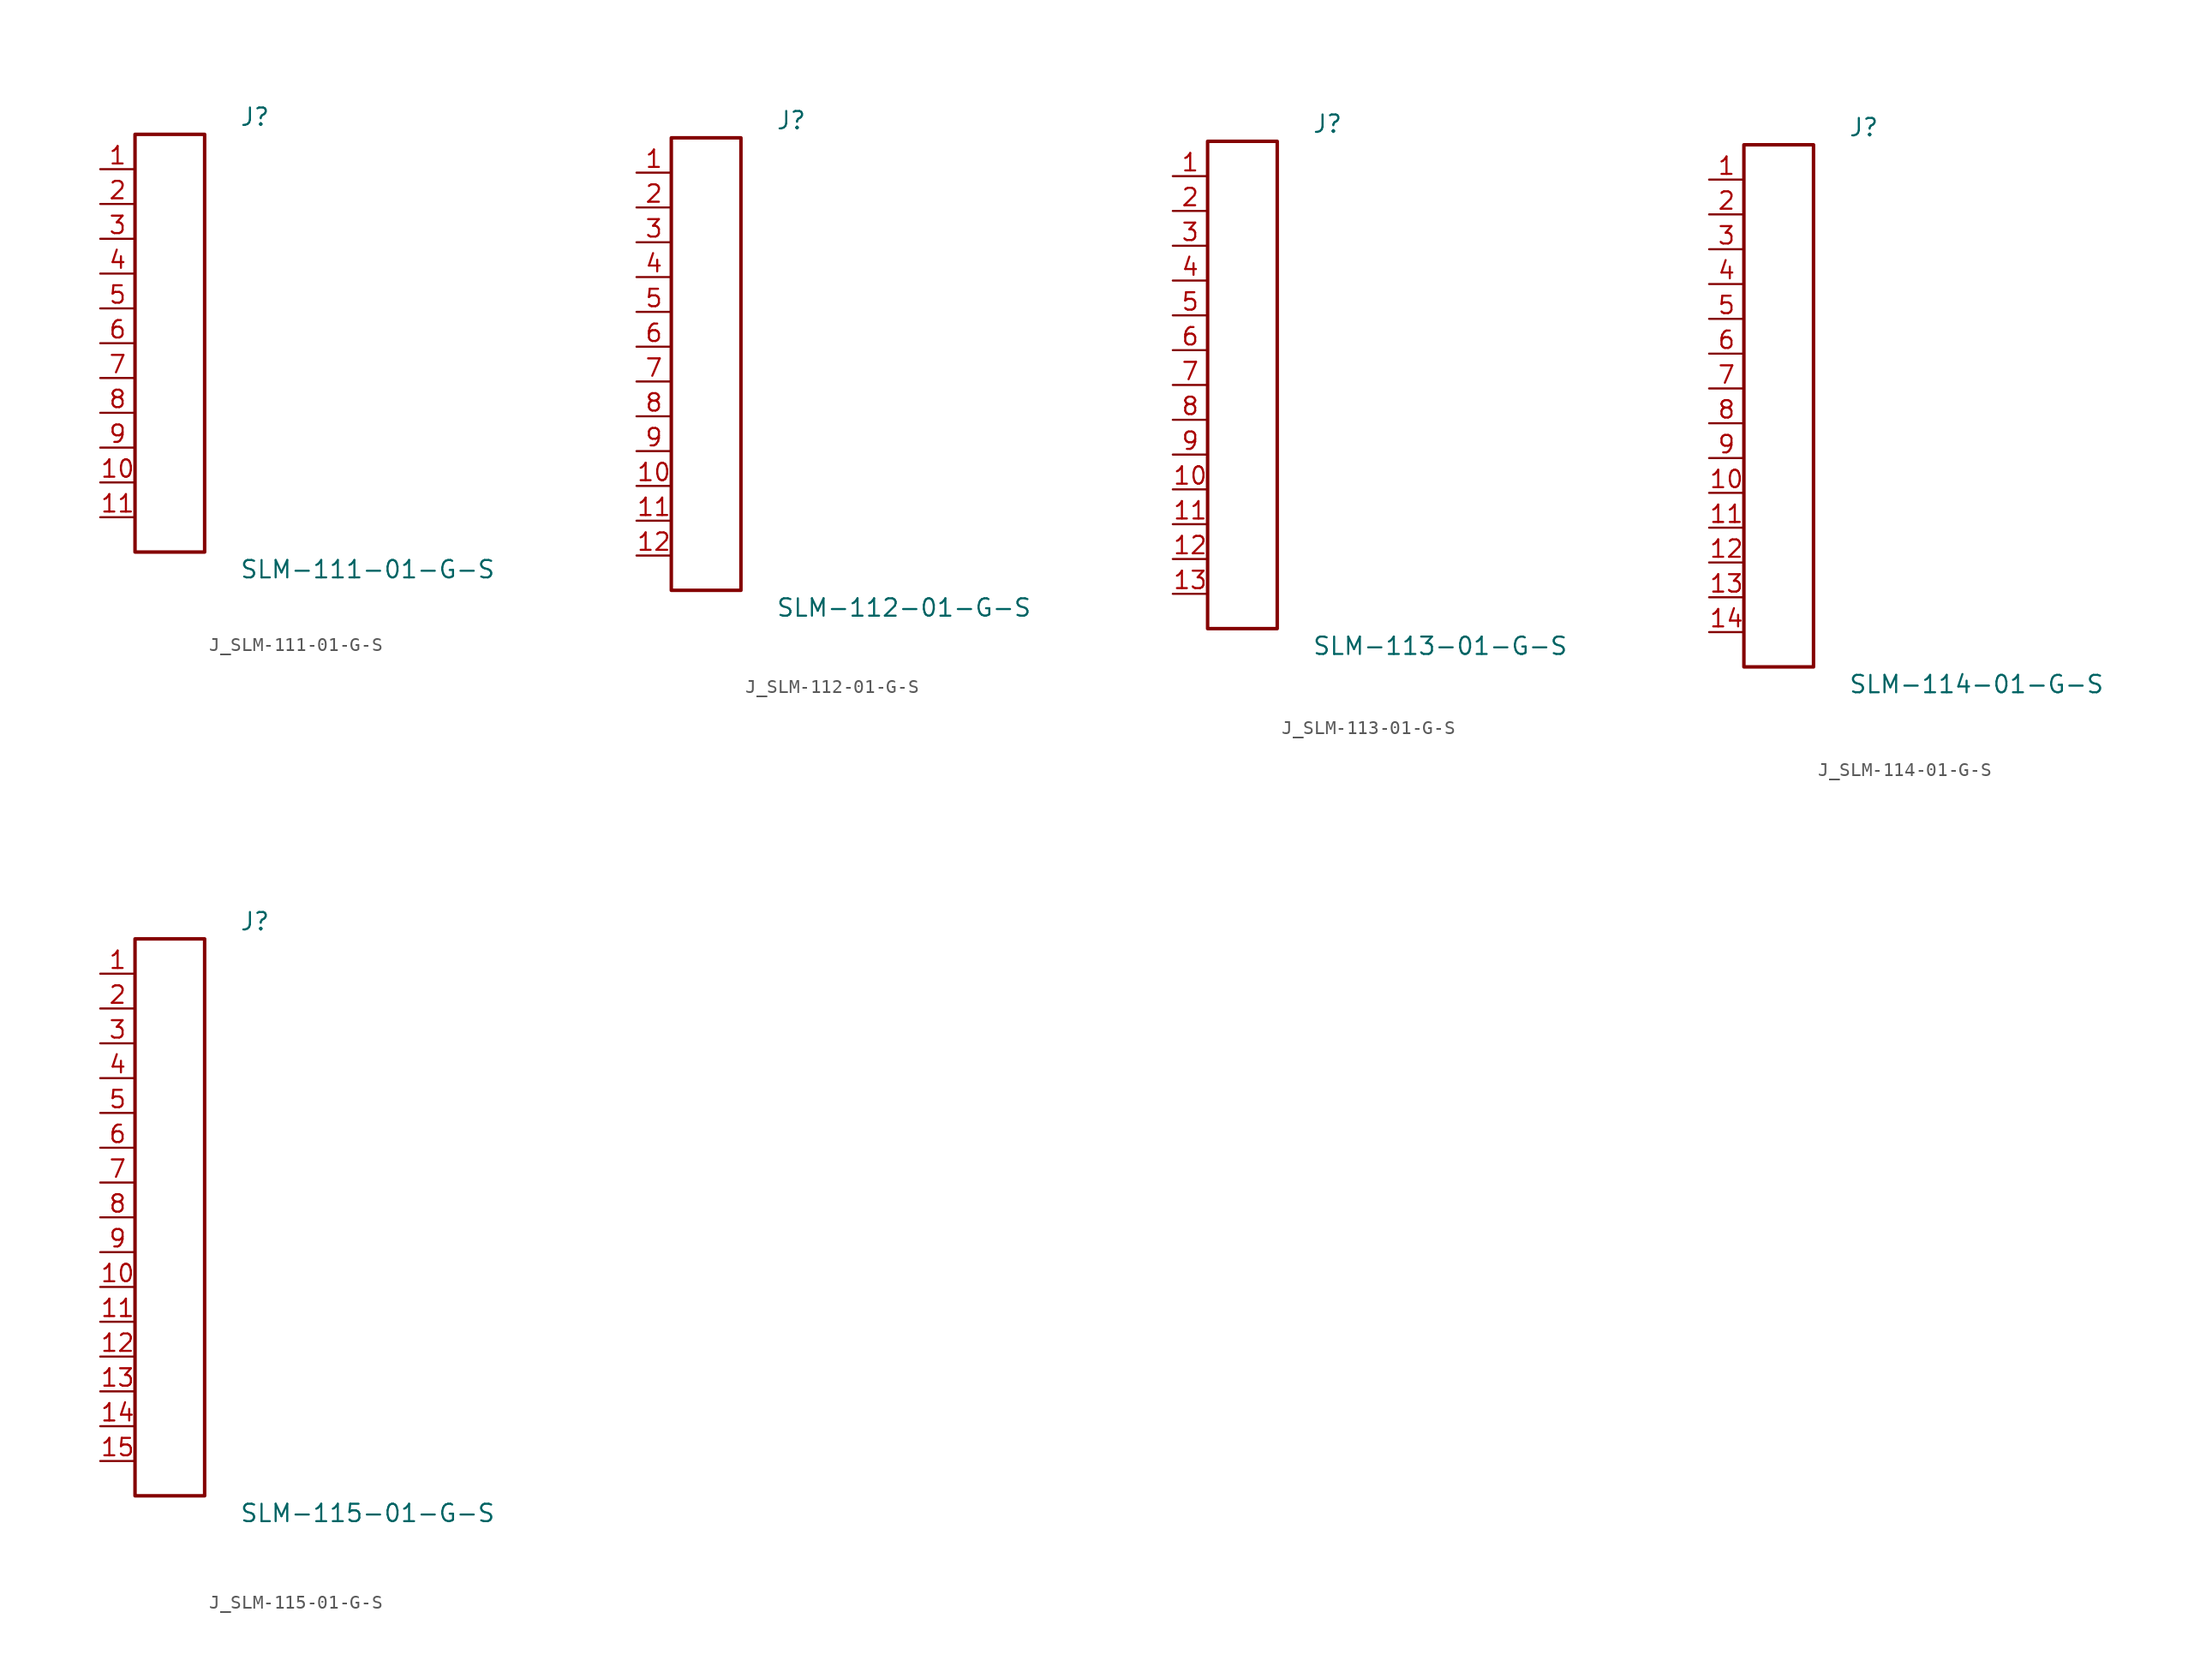
<source format=kicad_sym>
(kicad_symbol_lib
  (version 20231120)
  (generator kicad_symbol_editor)
  (generator_version 8.0)
  (symbol "J_SLM-111-01-G-S"
    (pin_names
      (offset 0.254))
    (property "Reference" "J"
      (at 5.08 16.51 0)
      (effects (font (size 1.27 1.27)) (justify left)))
    (property "Value" "SLM-111-01-G-S"
      (at 5.08 -16.51 0)
      (effects (font (size 1.27 1.27)) (justify left)))
    (symbol "J_SLM-111-01-G-S_0_0"
      (pin passive line (at -5.08 12.7 0) (length 2.54) (name "" (effects (font (size 1.27 1.27)))) (number "1" (effects (font (size 1.27 1.27)))))
      (pin passive line (at -5.08 10.16 0) (length 2.54) (name "" (effects (font (size 1.27 1.27)))) (number "2" (effects (font (size 1.27 1.27)))))
      (pin passive line (at -5.08 7.62 0) (length 2.54) (name "" (effects (font (size 1.27 1.27)))) (number "3" (effects (font (size 1.27 1.27)))))
      (pin passive line (at -5.08 5.08 0) (length 2.54) (name "" (effects (font (size 1.27 1.27)))) (number "4" (effects (font (size 1.27 1.27)))))
      (pin passive line (at -5.08 2.54 0) (length 2.54) (name "" (effects (font (size 1.27 1.27)))) (number "5" (effects (font (size 1.27 1.27)))))
      (pin passive line (at -5.08 0.0 0) (length 2.54) (name "" (effects (font (size 1.27 1.27)))) (number "6" (effects (font (size 1.27 1.27)))))
      (pin passive line (at -5.08 -2.54 0) (length 2.54) (name "" (effects (font (size 1.27 1.27)))) (number "7" (effects (font (size 1.27 1.27)))))
      (pin passive line (at -5.08 -5.08 0) (length 2.54) (name "" (effects (font (size 1.27 1.27)))) (number "8" (effects (font (size 1.27 1.27)))))
      (pin passive line (at -5.08 -7.62 0) (length 2.54) (name "" (effects (font (size 1.27 1.27)))) (number "9" (effects (font (size 1.27 1.27)))))
      (pin passive line (at -5.08 -10.16 0) (length 2.54) (name "" (effects (font (size 1.27 1.27)))) (number "10" (effects (font (size 1.27 1.27)))))
      (pin passive line (at -5.08 -12.7 0) (length 2.54) (name "" (effects (font (size 1.27 1.27)))) (number "11" (effects (font (size 1.27 1.27))))))
    (symbol "J_SLM-111-01-G-S_1_0"
      (rectangle (start -2.54 15.24) (end 2.54 -15.24) (stroke (width 0.254) (type solid)) (fill (type none)))))
  (symbol "J_SLM-112-01-G-S"
    (pin_names
      (offset 0.254))
    (property "Reference" "J"
      (at 5.08 17.78 0)
      (effects (font (size 1.27 1.27)) (justify left)))
    (property "Value" "SLM-112-01-G-S"
      (at 5.08 -17.78 0)
      (effects (font (size 1.27 1.27)) (justify left)))
    (symbol "J_SLM-112-01-G-S_0_0"
      (pin passive line (at -5.08 13.97 0) (length 2.54) (name "" (effects (font (size 1.27 1.27)))) (number "1" (effects (font (size 1.27 1.27)))))
      (pin passive line (at -5.08 11.43 0) (length 2.54) (name "" (effects (font (size 1.27 1.27)))) (number "2" (effects (font (size 1.27 1.27)))))
      (pin passive line (at -5.08 8.89 0) (length 2.54) (name "" (effects (font (size 1.27 1.27)))) (number "3" (effects (font (size 1.27 1.27)))))
      (pin passive line (at -5.08 6.35 0) (length 2.54) (name "" (effects (font (size 1.27 1.27)))) (number "4" (effects (font (size 1.27 1.27)))))
      (pin passive line (at -5.08 3.81 0) (length 2.54) (name "" (effects (font (size 1.27 1.27)))) (number "5" (effects (font (size 1.27 1.27)))))
      (pin passive line (at -5.08 1.27 0) (length 2.54) (name "" (effects (font (size 1.27 1.27)))) (number "6" (effects (font (size 1.27 1.27)))))
      (pin passive line (at -5.08 -1.27 0) (length 2.54) (name "" (effects (font (size 1.27 1.27)))) (number "7" (effects (font (size 1.27 1.27)))))
      (pin passive line (at -5.08 -3.81 0) (length 2.54) (name "" (effects (font (size 1.27 1.27)))) (number "8" (effects (font (size 1.27 1.27)))))
      (pin passive line (at -5.08 -6.35 0) (length 2.54) (name "" (effects (font (size 1.27 1.27)))) (number "9" (effects (font (size 1.27 1.27)))))
      (pin passive line (at -5.08 -8.89 0) (length 2.54) (name "" (effects (font (size 1.27 1.27)))) (number "10" (effects (font (size 1.27 1.27)))))
      (pin passive line (at -5.08 -11.43 0) (length 2.54) (name "" (effects (font (size 1.27 1.27)))) (number "11" (effects (font (size 1.27 1.27)))))
      (pin passive line (at -5.08 -13.97 0) (length 2.54) (name "" (effects (font (size 1.27 1.27)))) (number "12" (effects (font (size 1.27 1.27))))))
    (symbol "J_SLM-112-01-G-S_1_0"
      (rectangle (start -2.54 16.51) (end 2.54 -16.51) (stroke (width 0.254) (type solid)) (fill (type none)))))
  (symbol "J_SLM-113-01-G-S"
    (pin_names
      (offset 0.254))
    (property "Reference" "J"
      (at 5.08 19.05 0)
      (effects (font (size 1.27 1.27)) (justify left)))
    (property "Value" "SLM-113-01-G-S"
      (at 5.08 -19.05 0)
      (effects (font (size 1.27 1.27)) (justify left)))
    (symbol "J_SLM-113-01-G-S_0_0"
      (pin passive line (at -5.08 15.24 0) (length 2.54) (name "" (effects (font (size 1.27 1.27)))) (number "1" (effects (font (size 1.27 1.27)))))
      (pin passive line (at -5.08 12.7 0) (length 2.54) (name "" (effects (font (size 1.27 1.27)))) (number "2" (effects (font (size 1.27 1.27)))))
      (pin passive line (at -5.08 10.16 0) (length 2.54) (name "" (effects (font (size 1.27 1.27)))) (number "3" (effects (font (size 1.27 1.27)))))
      (pin passive line (at -5.08 7.62 0) (length 2.54) (name "" (effects (font (size 1.27 1.27)))) (number "4" (effects (font (size 1.27 1.27)))))
      (pin passive line (at -5.08 5.08 0) (length 2.54) (name "" (effects (font (size 1.27 1.27)))) (number "5" (effects (font (size 1.27 1.27)))))
      (pin passive line (at -5.08 2.54 0) (length 2.54) (name "" (effects (font (size 1.27 1.27)))) (number "6" (effects (font (size 1.27 1.27)))))
      (pin passive line (at -5.08 0.0 0) (length 2.54) (name "" (effects (font (size 1.27 1.27)))) (number "7" (effects (font (size 1.27 1.27)))))
      (pin passive line (at -5.08 -2.54 0) (length 2.54) (name "" (effects (font (size 1.27 1.27)))) (number "8" (effects (font (size 1.27 1.27)))))
      (pin passive line (at -5.08 -5.08 0) (length 2.54) (name "" (effects (font (size 1.27 1.27)))) (number "9" (effects (font (size 1.27 1.27)))))
      (pin passive line (at -5.08 -7.62 0) (length 2.54) (name "" (effects (font (size 1.27 1.27)))) (number "10" (effects (font (size 1.27 1.27)))))
      (pin passive line (at -5.08 -10.16 0) (length 2.54) (name "" (effects (font (size 1.27 1.27)))) (number "11" (effects (font (size 1.27 1.27)))))
      (pin passive line (at -5.08 -12.7 0) (length 2.54) (name "" (effects (font (size 1.27 1.27)))) (number "12" (effects (font (size 1.27 1.27)))))
      (pin passive line (at -5.08 -15.24 0) (length 2.54) (name "" (effects (font (size 1.27 1.27)))) (number "13" (effects (font (size 1.27 1.27))))))
    (symbol "J_SLM-113-01-G-S_1_0"
      (rectangle (start -2.54 17.78) (end 2.54 -17.78) (stroke (width 0.254) (type solid)) (fill (type none)))))
  (symbol "J_SLM-114-01-G-S"
    (pin_names
      (offset 0.254))
    (property "Reference" "J"
      (at 5.08 20.32 0)
      (effects (font (size 1.27 1.27)) (justify left)))
    (property "Value" "SLM-114-01-G-S"
      (at 5.08 -20.32 0)
      (effects (font (size 1.27 1.27)) (justify left)))
    (symbol "J_SLM-114-01-G-S_0_0"
      (pin passive line (at -5.08 16.51 0) (length 2.54) (name "" (effects (font (size 1.27 1.27)))) (number "1" (effects (font (size 1.27 1.27)))))
      (pin passive line (at -5.08 13.97 0) (length 2.54) (name "" (effects (font (size 1.27 1.27)))) (number "2" (effects (font (size 1.27 1.27)))))
      (pin passive line (at -5.08 11.43 0) (length 2.54) (name "" (effects (font (size 1.27 1.27)))) (number "3" (effects (font (size 1.27 1.27)))))
      (pin passive line (at -5.08 8.89 0) (length 2.54) (name "" (effects (font (size 1.27 1.27)))) (number "4" (effects (font (size 1.27 1.27)))))
      (pin passive line (at -5.08 6.35 0) (length 2.54) (name "" (effects (font (size 1.27 1.27)))) (number "5" (effects (font (size 1.27 1.27)))))
      (pin passive line (at -5.08 3.81 0) (length 2.54) (name "" (effects (font (size 1.27 1.27)))) (number "6" (effects (font (size 1.27 1.27)))))
      (pin passive line (at -5.08 1.27 0) (length 2.54) (name "" (effects (font (size 1.27 1.27)))) (number "7" (effects (font (size 1.27 1.27)))))
      (pin passive line (at -5.08 -1.27 0) (length 2.54) (name "" (effects (font (size 1.27 1.27)))) (number "8" (effects (font (size 1.27 1.27)))))
      (pin passive line (at -5.08 -3.81 0) (length 2.54) (name "" (effects (font (size 1.27 1.27)))) (number "9" (effects (font (size 1.27 1.27)))))
      (pin passive line (at -5.08 -6.35 0) (length 2.54) (name "" (effects (font (size 1.27 1.27)))) (number "10" (effects (font (size 1.27 1.27)))))
      (pin passive line (at -5.08 -8.89 0) (length 2.54) (name "" (effects (font (size 1.27 1.27)))) (number "11" (effects (font (size 1.27 1.27)))))
      (pin passive line (at -5.08 -11.43 0) (length 2.54) (name "" (effects (font (size 1.27 1.27)))) (number "12" (effects (font (size 1.27 1.27)))))
      (pin passive line (at -5.08 -13.97 0) (length 2.54) (name "" (effects (font (size 1.27 1.27)))) (number "13" (effects (font (size 1.27 1.27)))))
      (pin passive line (at -5.08 -16.51 0) (length 2.54) (name "" (effects (font (size 1.27 1.27)))) (number "14" (effects (font (size 1.27 1.27))))))
    (symbol "J_SLM-114-01-G-S_1_0"
      (rectangle (start -2.54 19.05) (end 2.54 -19.05) (stroke (width 0.254) (type solid)) (fill (type none)))))
  (symbol "J_SLM-115-01-G-S"
    (pin_names
      (offset 0.254))
    (property "Reference" "J"
      (at 5.08 21.59 0)
      (effects (font (size 1.27 1.27)) (justify left)))
    (property "Value" "SLM-115-01-G-S"
      (at 5.08 -21.59 0)
      (effects (font (size 1.27 1.27)) (justify left)))
    (symbol "J_SLM-115-01-G-S_0_0"
      (pin passive line (at -5.08 17.78 0) (length 2.54) (name "" (effects (font (size 1.27 1.27)))) (number "1" (effects (font (size 1.27 1.27)))))
      (pin passive line (at -5.08 15.24 0) (length 2.54) (name "" (effects (font (size 1.27 1.27)))) (number "2" (effects (font (size 1.27 1.27)))))
      (pin passive line (at -5.08 12.7 0) (length 2.54) (name "" (effects (font (size 1.27 1.27)))) (number "3" (effects (font (size 1.27 1.27)))))
      (pin passive line (at -5.08 10.16 0) (length 2.54) (name "" (effects (font (size 1.27 1.27)))) (number "4" (effects (font (size 1.27 1.27)))))
      (pin passive line (at -5.08 7.62 0) (length 2.54) (name "" (effects (font (size 1.27 1.27)))) (number "5" (effects (font (size 1.27 1.27)))))
      (pin passive line (at -5.08 5.08 0) (length 2.54) (name "" (effects (font (size 1.27 1.27)))) (number "6" (effects (font (size 1.27 1.27)))))
      (pin passive line (at -5.08 2.54 0) (length 2.54) (name "" (effects (font (size 1.27 1.27)))) (number "7" (effects (font (size 1.27 1.27)))))
      (pin passive line (at -5.08 0.0 0) (length 2.54) (name "" (effects (font (size 1.27 1.27)))) (number "8" (effects (font (size 1.27 1.27)))))
      (pin passive line (at -5.08 -2.54 0) (length 2.54) (name "" (effects (font (size 1.27 1.27)))) (number "9" (effects (font (size 1.27 1.27)))))
      (pin passive line (at -5.08 -5.08 0) (length 2.54) (name "" (effects (font (size 1.27 1.27)))) (number "10" (effects (font (size 1.27 1.27)))))
      (pin passive line (at -5.08 -7.62 0) (length 2.54) (name "" (effects (font (size 1.27 1.27)))) (number "11" (effects (font (size 1.27 1.27)))))
      (pin passive line (at -5.08 -10.16 0) (length 2.54) (name "" (effects (font (size 1.27 1.27)))) (number "12" (effects (font (size 1.27 1.27)))))
      (pin passive line (at -5.08 -12.7 0) (length 2.54) (name "" (effects (font (size 1.27 1.27)))) (number "13" (effects (font (size 1.27 1.27)))))
      (pin passive line (at -5.08 -15.24 0) (length 2.54) (name "" (effects (font (size 1.27 1.27)))) (number "14" (effects (font (size 1.27 1.27)))))
      (pin passive line (at -5.08 -17.78 0) (length 2.54) (name "" (effects (font (size 1.27 1.27)))) (number "15" (effects (font (size 1.27 1.27))))))
    (symbol "J_SLM-115-01-G-S_1_0"
      (rectangle (start -2.54 20.32) (end 2.54 -20.32) (stroke (width 0.254) (type solid)) (fill (type none))))))
</source>
